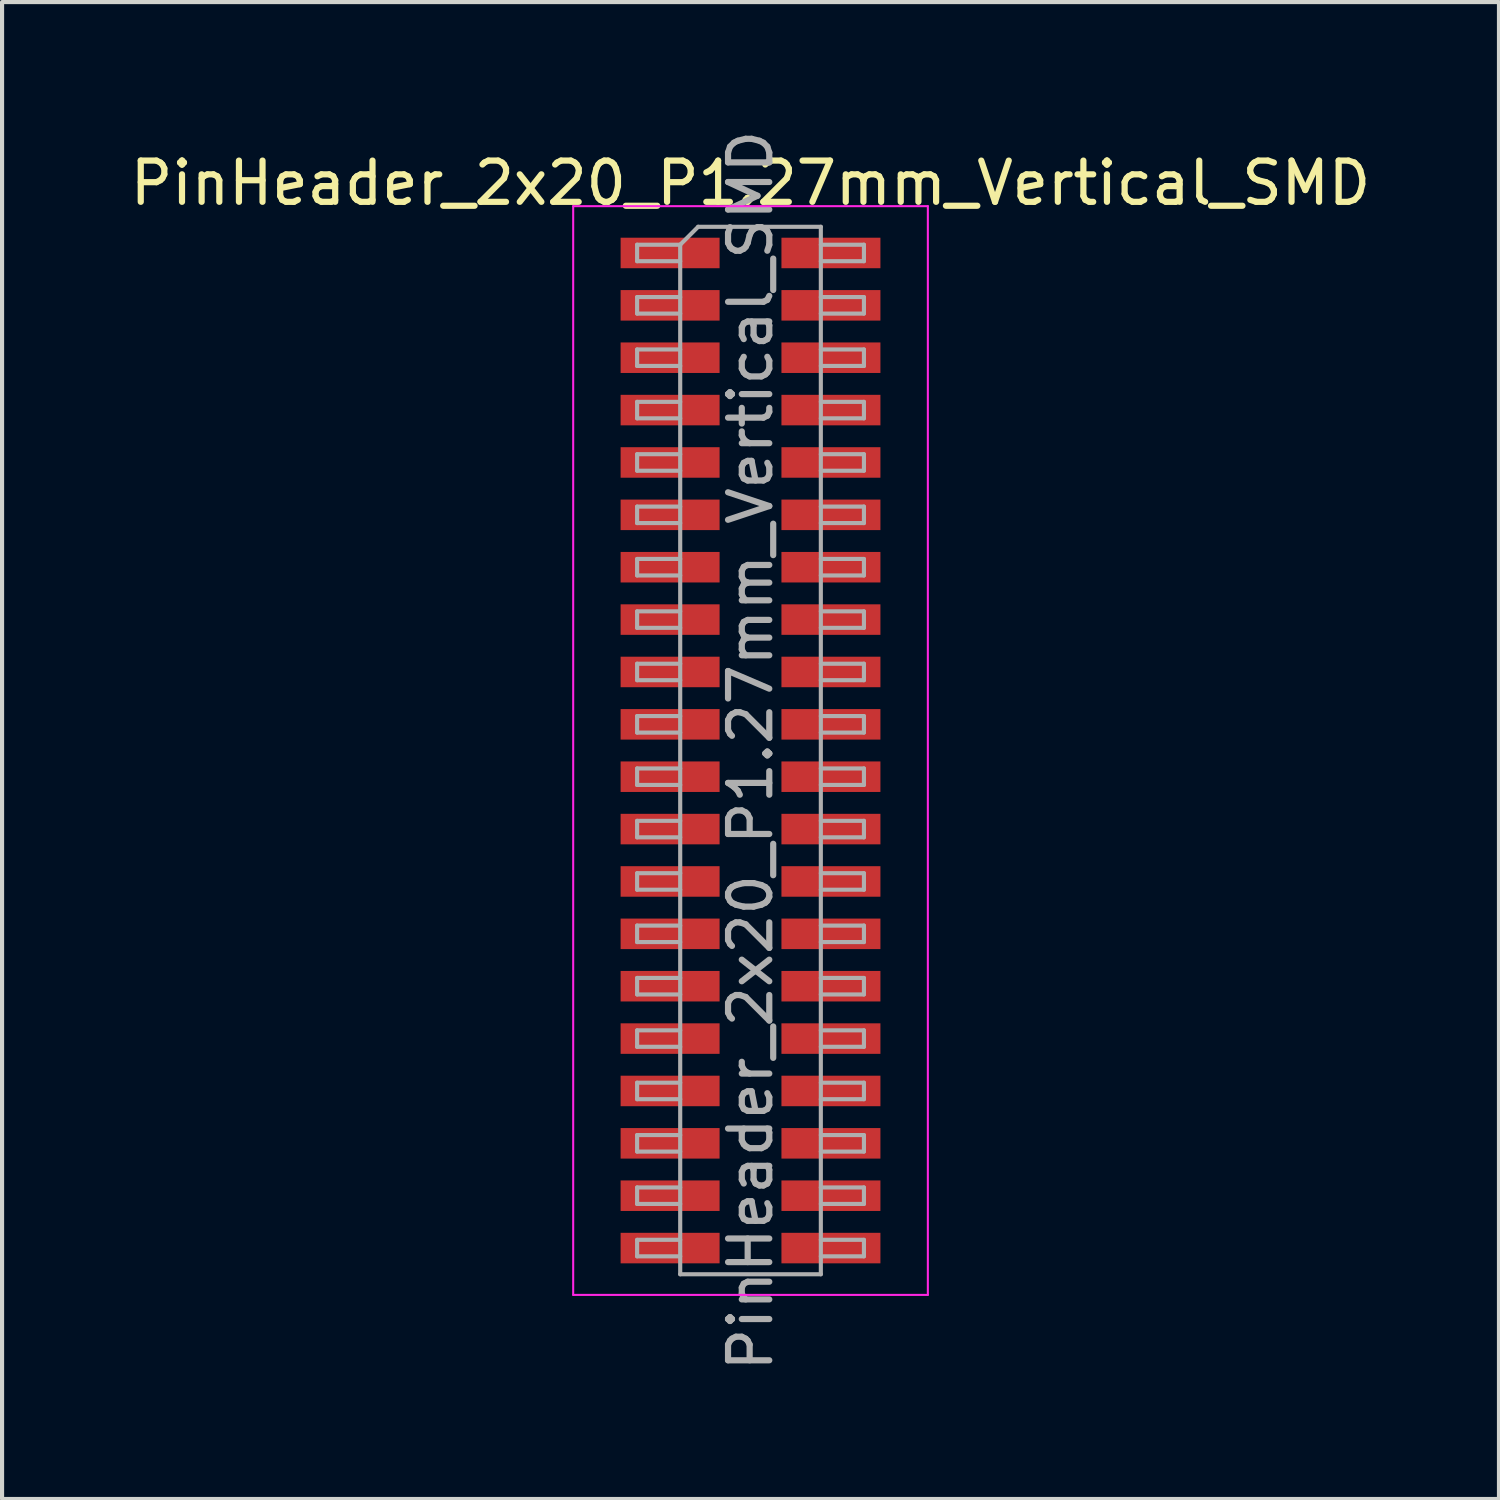
<source format=kicad_pcb>
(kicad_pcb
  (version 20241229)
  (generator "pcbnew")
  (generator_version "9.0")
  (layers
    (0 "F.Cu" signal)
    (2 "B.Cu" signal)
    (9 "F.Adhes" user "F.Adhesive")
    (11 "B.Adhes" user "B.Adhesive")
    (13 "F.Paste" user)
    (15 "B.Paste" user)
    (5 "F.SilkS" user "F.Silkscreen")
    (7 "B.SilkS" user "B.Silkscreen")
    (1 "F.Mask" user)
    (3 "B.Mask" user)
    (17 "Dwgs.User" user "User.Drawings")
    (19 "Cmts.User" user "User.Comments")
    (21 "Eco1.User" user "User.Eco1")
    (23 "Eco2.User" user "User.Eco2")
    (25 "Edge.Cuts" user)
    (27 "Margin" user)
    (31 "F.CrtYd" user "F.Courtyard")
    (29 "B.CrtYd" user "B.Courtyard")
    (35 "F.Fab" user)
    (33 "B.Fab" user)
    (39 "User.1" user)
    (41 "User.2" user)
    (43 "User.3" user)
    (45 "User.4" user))
  (footprint "PinHeader_2x20_P1.27mm_Vertical_SMD"
    (layer "F.Cu")
    (at 15.149 15.149)
    (property "Reference" "PinHeader_2x20_P1.27mm_Vertical_SMD" (at 0 -13.76 0) (layer "F.SilkS") (effects (font (size 1 1) (thickness 0.15))))
    (attr smd)
    (fp_line (start -4.3 -13.2) (end -4.3 13.2) (stroke (width 0.05) (type solid)) (layer "F.CrtYd"))
    (fp_line (start -4.3 13.2) (end 4.3 13.2) (stroke (width 0.05) (type solid)) (layer "F.CrtYd"))
    (fp_line (start 4.3 -13.2) (end -4.3 -13.2) (stroke (width 0.05) (type solid)) (layer "F.CrtYd"))
    (fp_line (start 4.3 13.2) (end 4.3 -13.2) (stroke (width 0.05) (type solid)) (layer "F.CrtYd"))
    (fp_line (start -2.75 -12.265) (end -2.75 -11.865) (stroke (width 0.1) (type solid)) (layer "F.Fab"))
    (fp_line (start -2.75 -11.865) (end -1.705 -11.865) (stroke (width 0.1) (type solid)) (layer "F.Fab"))
    (fp_line (start -2.75 -10.995) (end -2.75 -10.595) (stroke (width 0.1) (type solid)) (layer "F.Fab"))
    (fp_line (start -2.75 -10.595) (end -1.705 -10.595) (stroke (width 0.1) (type solid)) (layer "F.Fab"))
    (fp_line (start -2.75 -9.725) (end -2.75 -9.325) (stroke (width 0.1) (type solid)) (layer "F.Fab"))
    (fp_line (start -2.75 -9.325) (end -1.705 -9.325) (stroke (width 0.1) (type solid)) (layer "F.Fab"))
    (fp_line (start -2.75 -8.455) (end -2.75 -8.055) (stroke (width 0.1) (type solid)) (layer "F.Fab"))
    (fp_line (start -2.75 -8.055) (end -1.705 -8.055) (stroke (width 0.1) (type solid)) (layer "F.Fab"))
    (fp_line (start -2.75 -7.185) (end -2.75 -6.785) (stroke (width 0.1) (type solid)) (layer "F.Fab"))
    (fp_line (start -2.75 -6.785) (end -1.705 -6.785) (stroke (width 0.1) (type solid)) (layer "F.Fab"))
    (fp_line (start -2.75 -5.915) (end -2.75 -5.515) (stroke (width 0.1) (type solid)) (layer "F.Fab"))
    (fp_line (start -2.75 -5.515) (end -1.705 -5.515) (stroke (width 0.1) (type solid)) (layer "F.Fab"))
    (fp_line (start -2.75 -4.645) (end -2.75 -4.245) (stroke (width 0.1) (type solid)) (layer "F.Fab"))
    (fp_line (start -2.75 -4.245) (end -1.705 -4.245) (stroke (width 0.1) (type solid)) (layer "F.Fab"))
    (fp_line (start -2.75 -3.375) (end -2.75 -2.975) (stroke (width 0.1) (type solid)) (layer "F.Fab"))
    (fp_line (start -2.75 -2.975) (end -1.705 -2.975) (stroke (width 0.1) (type solid)) (layer "F.Fab"))
    (fp_line (start -2.75 -2.105) (end -2.75 -1.705) (stroke (width 0.1) (type solid)) (layer "F.Fab"))
    (fp_line (start -2.75 -1.705) (end -1.705 -1.705) (stroke (width 0.1) (type solid)) (layer "F.Fab"))
    (fp_line (start -2.75 -0.835) (end -2.75 -0.435) (stroke (width 0.1) (type solid)) (layer "F.Fab"))
    (fp_line (start -2.75 -0.435) (end -1.705 -0.435) (stroke (width 0.1) (type solid)) (layer "F.Fab"))
    (fp_line (start -2.75 0.435) (end -2.75 0.835) (stroke (width 0.1) (type solid)) (layer "F.Fab"))
    (fp_line (start -2.75 0.835) (end -1.705 0.835) (stroke (width 0.1) (type solid)) (layer "F.Fab"))
    (fp_line (start -2.75 1.705) (end -2.75 2.105) (stroke (width 0.1) (type solid)) (layer "F.Fab"))
    (fp_line (start -2.75 2.105) (end -1.705 2.105) (stroke (width 0.1) (type solid)) (layer "F.Fab"))
    (fp_line (start -2.75 2.975) (end -2.75 3.375) (stroke (width 0.1) (type solid)) (layer "F.Fab"))
    (fp_line (start -2.75 3.375) (end -1.705 3.375) (stroke (width 0.1) (type solid)) (layer "F.Fab"))
    (fp_line (start -2.75 4.245) (end -2.75 4.645) (stroke (width 0.1) (type solid)) (layer "F.Fab"))
    (fp_line (start -2.75 4.645) (end -1.705 4.645) (stroke (width 0.1) (type solid)) (layer "F.Fab"))
    (fp_line (start -2.75 5.515) (end -2.75 5.915) (stroke (width 0.1) (type solid)) (layer "F.Fab"))
    (fp_line (start -2.75 5.915) (end -1.705 5.915) (stroke (width 0.1) (type solid)) (layer "F.Fab"))
    (fp_line (start -2.75 6.785) (end -2.75 7.185) (stroke (width 0.1) (type solid)) (layer "F.Fab"))
    (fp_line (start -2.75 7.185) (end -1.705 7.185) (stroke (width 0.1) (type solid)) (layer "F.Fab"))
    (fp_line (start -2.75 8.055) (end -2.75 8.455) (stroke (width 0.1) (type solid)) (layer "F.Fab"))
    (fp_line (start -2.75 8.455) (end -1.705 8.455) (stroke (width 0.1) (type solid)) (layer "F.Fab"))
    (fp_line (start -2.75 9.325) (end -2.75 9.725) (stroke (width 0.1) (type solid)) (layer "F.Fab"))
    (fp_line (start -2.75 9.725) (end -1.705 9.725) (stroke (width 0.1) (type solid)) (layer "F.Fab"))
    (fp_line (start -2.75 10.595) (end -2.75 10.995) (stroke (width 0.1) (type solid)) (layer "F.Fab"))
    (fp_line (start -2.75 10.995) (end -1.705 10.995) (stroke (width 0.1) (type solid)) (layer "F.Fab"))
    (fp_line (start -2.75 11.865) (end -2.75 12.265) (stroke (width 0.1) (type solid)) (layer "F.Fab"))
    (fp_line (start -2.75 12.265) (end -1.705 12.265) (stroke (width 0.1) (type solid)) (layer "F.Fab"))
    (fp_line (start -1.705 -12.265) (end -2.75 -12.265) (stroke (width 0.1) (type solid)) (layer "F.Fab"))
    (fp_line (start -1.705 -12.265) (end -1.27 -12.7) (stroke (width 0.1) (type solid)) (layer "F.Fab"))
    (fp_line (start -1.705 -10.995) (end -2.75 -10.995) (stroke (width 0.1) (type solid)) (layer "F.Fab"))
    (fp_line (start -1.705 -9.725) (end -2.75 -9.725) (stroke (width 0.1) (type solid)) (layer "F.Fab"))
    (fp_line (start -1.705 -8.455) (end -2.75 -8.455) (stroke (width 0.1) (type solid)) (layer "F.Fab"))
    (fp_line (start -1.705 -7.185) (end -2.75 -7.185) (stroke (width 0.1) (type solid)) (layer "F.Fab"))
    (fp_line (start -1.705 -5.915) (end -2.75 -5.915) (stroke (width 0.1) (type solid)) (layer "F.Fab"))
    (fp_line (start -1.705 -4.645) (end -2.75 -4.645) (stroke (width 0.1) (type solid)) (layer "F.Fab"))
    (fp_line (start -1.705 -3.375) (end -2.75 -3.375) (stroke (width 0.1) (type solid)) (layer "F.Fab"))
    (fp_line (start -1.705 -2.105) (end -2.75 -2.105) (stroke (width 0.1) (type solid)) (layer "F.Fab"))
    (fp_line (start -1.705 -0.835) (end -2.75 -0.835) (stroke (width 0.1) (type solid)) (layer "F.Fab"))
    (fp_line (start -1.705 0.435) (end -2.75 0.435) (stroke (width 0.1) (type solid)) (layer "F.Fab"))
    (fp_line (start -1.705 1.705) (end -2.75 1.705) (stroke (width 0.1) (type solid)) (layer "F.Fab"))
    (fp_line (start -1.705 2.975) (end -2.75 2.975) (stroke (width 0.1) (type solid)) (layer "F.Fab"))
    (fp_line (start -1.705 4.245) (end -2.75 4.245) (stroke (width 0.1) (type solid)) (layer "F.Fab"))
    (fp_line (start -1.705 5.515) (end -2.75 5.515) (stroke (width 0.1) (type solid)) (layer "F.Fab"))
    (fp_line (start -1.705 6.785) (end -2.75 6.785) (stroke (width 0.1) (type solid)) (layer "F.Fab"))
    (fp_line (start -1.705 8.055) (end -2.75 8.055) (stroke (width 0.1) (type solid)) (layer "F.Fab"))
    (fp_line (start -1.705 9.325) (end -2.75 9.325) (stroke (width 0.1) (type solid)) (layer "F.Fab"))
    (fp_line (start -1.705 10.595) (end -2.75 10.595) (stroke (width 0.1) (type solid)) (layer "F.Fab"))
    (fp_line (start -1.705 11.865) (end -2.75 11.865) (stroke (width 0.1) (type solid)) (layer "F.Fab"))
    (fp_line (start -1.705 12.7) (end -1.705 -12.265) (stroke (width 0.1) (type solid)) (layer "F.Fab"))
    (fp_line (start -1.27 -12.7) (end 1.705 -12.7) (stroke (width 0.1) (type solid)) (layer "F.Fab"))
    (fp_line (start 1.705 -12.7) (end 1.705 12.7) (stroke (width 0.1) (type solid)) (layer "F.Fab"))
    (fp_line (start 1.705 -12.265) (end 2.75 -12.265) (stroke (width 0.1) (type solid)) (layer "F.Fab"))
    (fp_line (start 1.705 -10.995) (end 2.75 -10.995) (stroke (width 0.1) (type solid)) (layer "F.Fab"))
    (fp_line (start 1.705 -9.725) (end 2.75 -9.725) (stroke (width 0.1) (type solid)) (layer "F.Fab"))
    (fp_line (start 1.705 -8.455) (end 2.75 -8.455) (stroke (width 0.1) (type solid)) (layer "F.Fab"))
    (fp_line (start 1.705 -7.185) (end 2.75 -7.185) (stroke (width 0.1) (type solid)) (layer "F.Fab"))
    (fp_line (start 1.705 -5.915) (end 2.75 -5.915) (stroke (width 0.1) (type solid)) (layer "F.Fab"))
    (fp_line (start 1.705 -4.645) (end 2.75 -4.645) (stroke (width 0.1) (type solid)) (layer "F.Fab"))
    (fp_line (start 1.705 -3.375) (end 2.75 -3.375) (stroke (width 0.1) (type solid)) (layer "F.Fab"))
    (fp_line (start 1.705 -2.105) (end 2.75 -2.105) (stroke (width 0.1) (type solid)) (layer "F.Fab"))
    (fp_line (start 1.705 -0.835) (end 2.75 -0.835) (stroke (width 0.1) (type solid)) (layer "F.Fab"))
    (fp_line (start 1.705 0.435) (end 2.75 0.435) (stroke (width 0.1) (type solid)) (layer "F.Fab"))
    (fp_line (start 1.705 1.705) (end 2.75 1.705) (stroke (width 0.1) (type solid)) (layer "F.Fab"))
    (fp_line (start 1.705 2.975) (end 2.75 2.975) (stroke (width 0.1) (type solid)) (layer "F.Fab"))
    (fp_line (start 1.705 4.245) (end 2.75 4.245) (stroke (width 0.1) (type solid)) (layer "F.Fab"))
    (fp_line (start 1.705 5.515) (end 2.75 5.515) (stroke (width 0.1) (type solid)) (layer "F.Fab"))
    (fp_line (start 1.705 6.785) (end 2.75 6.785) (stroke (width 0.1) (type solid)) (layer "F.Fab"))
    (fp_line (start 1.705 8.055) (end 2.75 8.055) (stroke (width 0.1) (type solid)) (layer "F.Fab"))
    (fp_line (start 1.705 9.325) (end 2.75 9.325) (stroke (width 0.1) (type solid)) (layer "F.Fab"))
    (fp_line (start 1.705 10.595) (end 2.75 10.595) (stroke (width 0.1) (type solid)) (layer "F.Fab"))
    (fp_line (start 1.705 11.865) (end 2.75 11.865) (stroke (width 0.1) (type solid)) (layer "F.Fab"))
    (fp_line (start 1.705 12.7) (end -1.705 12.7) (stroke (width 0.1) (type solid)) (layer "F.Fab"))
    (fp_line (start 2.75 -12.265) (end 2.75 -11.865) (stroke (width 0.1) (type solid)) (layer "F.Fab"))
    (fp_line (start 2.75 -11.865) (end 1.705 -11.865) (stroke (width 0.1) (type solid)) (layer "F.Fab"))
    (fp_line (start 2.75 -10.995) (end 2.75 -10.595) (stroke (width 0.1) (type solid)) (layer "F.Fab"))
    (fp_line (start 2.75 -10.595) (end 1.705 -10.595) (stroke (width 0.1) (type solid)) (layer "F.Fab"))
    (fp_line (start 2.75 -9.725) (end 2.75 -9.325) (stroke (width 0.1) (type solid)) (layer "F.Fab"))
    (fp_line (start 2.75 -9.325) (end 1.705 -9.325) (stroke (width 0.1) (type solid)) (layer "F.Fab"))
    (fp_line (start 2.75 -8.455) (end 2.75 -8.055) (stroke (width 0.1) (type solid)) (layer "F.Fab"))
    (fp_line (start 2.75 -8.055) (end 1.705 -8.055) (stroke (width 0.1) (type solid)) (layer "F.Fab"))
    (fp_line (start 2.75 -7.185) (end 2.75 -6.785) (stroke (width 0.1) (type solid)) (layer "F.Fab"))
    (fp_line (start 2.75 -6.785) (end 1.705 -6.785) (stroke (width 0.1) (type solid)) (layer "F.Fab"))
    (fp_line (start 2.75 -5.915) (end 2.75 -5.515) (stroke (width 0.1) (type solid)) (layer "F.Fab"))
    (fp_line (start 2.75 -5.515) (end 1.705 -5.515) (stroke (width 0.1) (type solid)) (layer "F.Fab"))
    (fp_line (start 2.75 -4.645) (end 2.75 -4.245) (stroke (width 0.1) (type solid)) (layer "F.Fab"))
    (fp_line (start 2.75 -4.245) (end 1.705 -4.245) (stroke (width 0.1) (type solid)) (layer "F.Fab"))
    (fp_line (start 2.75 -3.375) (end 2.75 -2.975) (stroke (width 0.1) (type solid)) (layer "F.Fab"))
    (fp_line (start 2.75 -2.975) (end 1.705 -2.975) (stroke (width 0.1) (type solid)) (layer "F.Fab"))
    (fp_line (start 2.75 -2.105) (end 2.75 -1.705) (stroke (width 0.1) (type solid)) (layer "F.Fab"))
    (fp_line (start 2.75 -1.705) (end 1.705 -1.705) (stroke (width 0.1) (type solid)) (layer "F.Fab"))
    (fp_line (start 2.75 -0.835) (end 2.75 -0.435) (stroke (width 0.1) (type solid)) (layer "F.Fab"))
    (fp_line (start 2.75 -0.435) (end 1.705 -0.435) (stroke (width 0.1) (type solid)) (layer "F.Fab"))
    (fp_line (start 2.75 0.435) (end 2.75 0.835) (stroke (width 0.1) (type solid)) (layer "F.Fab"))
    (fp_line (start 2.75 0.835) (end 1.705 0.835) (stroke (width 0.1) (type solid)) (layer "F.Fab"))
    (fp_line (start 2.75 1.705) (end 2.75 2.105) (stroke (width 0.1) (type solid)) (layer "F.Fab"))
    (fp_line (start 2.75 2.105) (end 1.705 2.105) (stroke (width 0.1) (type solid)) (layer "F.Fab"))
    (fp_line (start 2.75 2.975) (end 2.75 3.375) (stroke (width 0.1) (type solid)) (layer "F.Fab"))
    (fp_line (start 2.75 3.375) (end 1.705 3.375) (stroke (width 0.1) (type solid)) (layer "F.Fab"))
    (fp_line (start 2.75 4.245) (end 2.75 4.645) (stroke (width 0.1) (type solid)) (layer "F.Fab"))
    (fp_line (start 2.75 4.645) (end 1.705 4.645) (stroke (width 0.1) (type solid)) (layer "F.Fab"))
    (fp_line (start 2.75 5.515) (end 2.75 5.915) (stroke (width 0.1) (type solid)) (layer "F.Fab"))
    (fp_line (start 2.75 5.915) (end 1.705 5.915) (stroke (width 0.1) (type solid)) (layer "F.Fab"))
    (fp_line (start 2.75 6.785) (end 2.75 7.185) (stroke (width 0.1) (type solid)) (layer "F.Fab"))
    (fp_line (start 2.75 7.185) (end 1.705 7.185) (stroke (width 0.1) (type solid)) (layer "F.Fab"))
    (fp_line (start 2.75 8.055) (end 2.75 8.455) (stroke (width 0.1) (type solid)) (layer "F.Fab"))
    (fp_line (start 2.75 8.455) (end 1.705 8.455) (stroke (width 0.1) (type solid)) (layer "F.Fab"))
    (fp_line (start 2.75 9.325) (end 2.75 9.725) (stroke (width 0.1) (type solid)) (layer "F.Fab"))
    (fp_line (start 2.75 9.725) (end 1.705 9.725) (stroke (width 0.1) (type solid)) (layer "F.Fab"))
    (fp_line (start 2.75 10.595) (end 2.75 10.995) (stroke (width 0.1) (type solid)) (layer "F.Fab"))
    (fp_line (start 2.75 10.995) (end 1.705 10.995) (stroke (width 0.1) (type solid)) (layer "F.Fab"))
    (fp_line (start 2.75 11.865) (end 2.75 12.265) (stroke (width 0.1) (type solid)) (layer "F.Fab"))
    (fp_line (start 2.75 12.265) (end 1.705 12.265) (stroke (width 0.1) (type solid)) (layer "F.Fab"))
    (fp_text user "${REFERENCE}" (at 0 0 90) (layer "F.Fab") (effects (font (size 1 1) (thickness 0.15))))
    (pad "1" smd rect (at -1.95 -12.065) (size 2.4 0.74) (layers "F.Cu" "F.Mask" "F.Paste"))
    (pad "2" smd rect (at 1.95 -12.065) (size 2.4 0.74) (layers "F.Cu" "F.Mask" "F.Paste"))
    (pad "3" smd rect (at -1.95 -10.795) (size 2.4 0.74) (layers "F.Cu" "F.Mask" "F.Paste"))
    (pad "4" smd rect (at 1.95 -10.795) (size 2.4 0.74) (layers "F.Cu" "F.Mask" "F.Paste"))
    (pad "5" smd rect (at -1.95 -9.525) (size 2.4 0.74) (layers "F.Cu" "F.Mask" "F.Paste"))
    (pad "6" smd rect (at 1.95 -9.525) (size 2.4 0.74) (layers "F.Cu" "F.Mask" "F.Paste"))
    (pad "7" smd rect (at -1.95 -8.255) (size 2.4 0.74) (layers "F.Cu" "F.Mask" "F.Paste"))
    (pad "8" smd rect (at 1.95 -8.255) (size 2.4 0.74) (layers "F.Cu" "F.Mask" "F.Paste"))
    (pad "9" smd rect (at -1.95 -6.985) (size 2.4 0.74) (layers "F.Cu" "F.Mask" "F.Paste"))
    (pad "10" smd rect (at 1.95 -6.985) (size 2.4 0.74) (layers "F.Cu" "F.Mask" "F.Paste"))
    (pad "11" smd rect (at -1.95 -5.715) (size 2.4 0.74) (layers "F.Cu" "F.Mask" "F.Paste"))
    (pad "12" smd rect (at 1.95 -5.715) (size 2.4 0.74) (layers "F.Cu" "F.Mask" "F.Paste"))
    (pad "13" smd rect (at -1.95 -4.445) (size 2.4 0.74) (layers "F.Cu" "F.Mask" "F.Paste"))
    (pad "14" smd rect (at 1.95 -4.445) (size 2.4 0.74) (layers "F.Cu" "F.Mask" "F.Paste"))
    (pad "15" smd rect (at -1.95 -3.175) (size 2.4 0.74) (layers "F.Cu" "F.Mask" "F.Paste"))
    (pad "16" smd rect (at 1.95 -3.175) (size 2.4 0.74) (layers "F.Cu" "F.Mask" "F.Paste"))
    (pad "17" smd rect (at -1.95 -1.905) (size 2.4 0.74) (layers "F.Cu" "F.Mask" "F.Paste"))
    (pad "18" smd rect (at 1.95 -1.905) (size 2.4 0.74) (layers "F.Cu" "F.Mask" "F.Paste"))
    (pad "19" smd rect (at -1.95 -0.635) (size 2.4 0.74) (layers "F.Cu" "F.Mask" "F.Paste"))
    (pad "20" smd rect (at 1.95 -0.635) (size 2.4 0.74) (layers "F.Cu" "F.Mask" "F.Paste"))
    (pad "21" smd rect (at -1.95 0.635) (size 2.4 0.74) (layers "F.Cu" "F.Mask" "F.Paste"))
    (pad "22" smd rect (at 1.95 0.635) (size 2.4 0.74) (layers "F.Cu" "F.Mask" "F.Paste"))
    (pad "23" smd rect (at -1.95 1.905) (size 2.4 0.74) (layers "F.Cu" "F.Mask" "F.Paste"))
    (pad "24" smd rect (at 1.95 1.905) (size 2.4 0.74) (layers "F.Cu" "F.Mask" "F.Paste"))
    (pad "25" smd rect (at -1.95 3.175) (size 2.4 0.74) (layers "F.Cu" "F.Mask" "F.Paste"))
    (pad "26" smd rect (at 1.95 3.175) (size 2.4 0.74) (layers "F.Cu" "F.Mask" "F.Paste"))
    (pad "27" smd rect (at -1.95 4.445) (size 2.4 0.74) (layers "F.Cu" "F.Mask" "F.Paste"))
    (pad "28" smd rect (at 1.95 4.445) (size 2.4 0.74) (layers "F.Cu" "F.Mask" "F.Paste"))
    (pad "29" smd rect (at -1.95 5.715) (size 2.4 0.74) (layers "F.Cu" "F.Mask" "F.Paste"))
    (pad "30" smd rect (at 1.95 5.715) (size 2.4 0.74) (layers "F.Cu" "F.Mask" "F.Paste"))
    (pad "31" smd rect (at -1.95 6.985) (size 2.4 0.74) (layers "F.Cu" "F.Mask" "F.Paste"))
    (pad "32" smd rect (at 1.95 6.985) (size 2.4 0.74) (layers "F.Cu" "F.Mask" "F.Paste"))
    (pad "33" smd rect (at -1.95 8.255) (size 2.4 0.74) (layers "F.Cu" "F.Mask" "F.Paste"))
    (pad "34" smd rect (at 1.95 8.255) (size 2.4 0.74) (layers "F.Cu" "F.Mask" "F.Paste"))
    (pad "35" smd rect (at -1.95 9.525) (size 2.4 0.74) (layers "F.Cu" "F.Mask" "F.Paste"))
    (pad "36" smd rect (at 1.95 9.525) (size 2.4 0.74) (layers "F.Cu" "F.Mask" "F.Paste"))
    (pad "37" smd rect (at -1.95 10.795) (size 2.4 0.74) (layers "F.Cu" "F.Mask" "F.Paste"))
    (pad "38" smd rect (at 1.95 10.795) (size 2.4 0.74) (layers "F.Cu" "F.Mask" "F.Paste"))
    (pad "39" smd rect (at -1.95 12.065) (size 2.4 0.74) (layers "F.Cu" "F.Mask" "F.Paste"))
    (pad "40" smd rect (at 1.95 12.065) (size 2.4 0.74) (layers "F.Cu" "F.Mask" "F.Paste")))
  (gr_rect
    (start -3 -3)
    (end 33.298 33.298)
    (stroke (width 0.1) (type default))
    (fill no)
    (layer "Edge.Cuts")))
</source>
